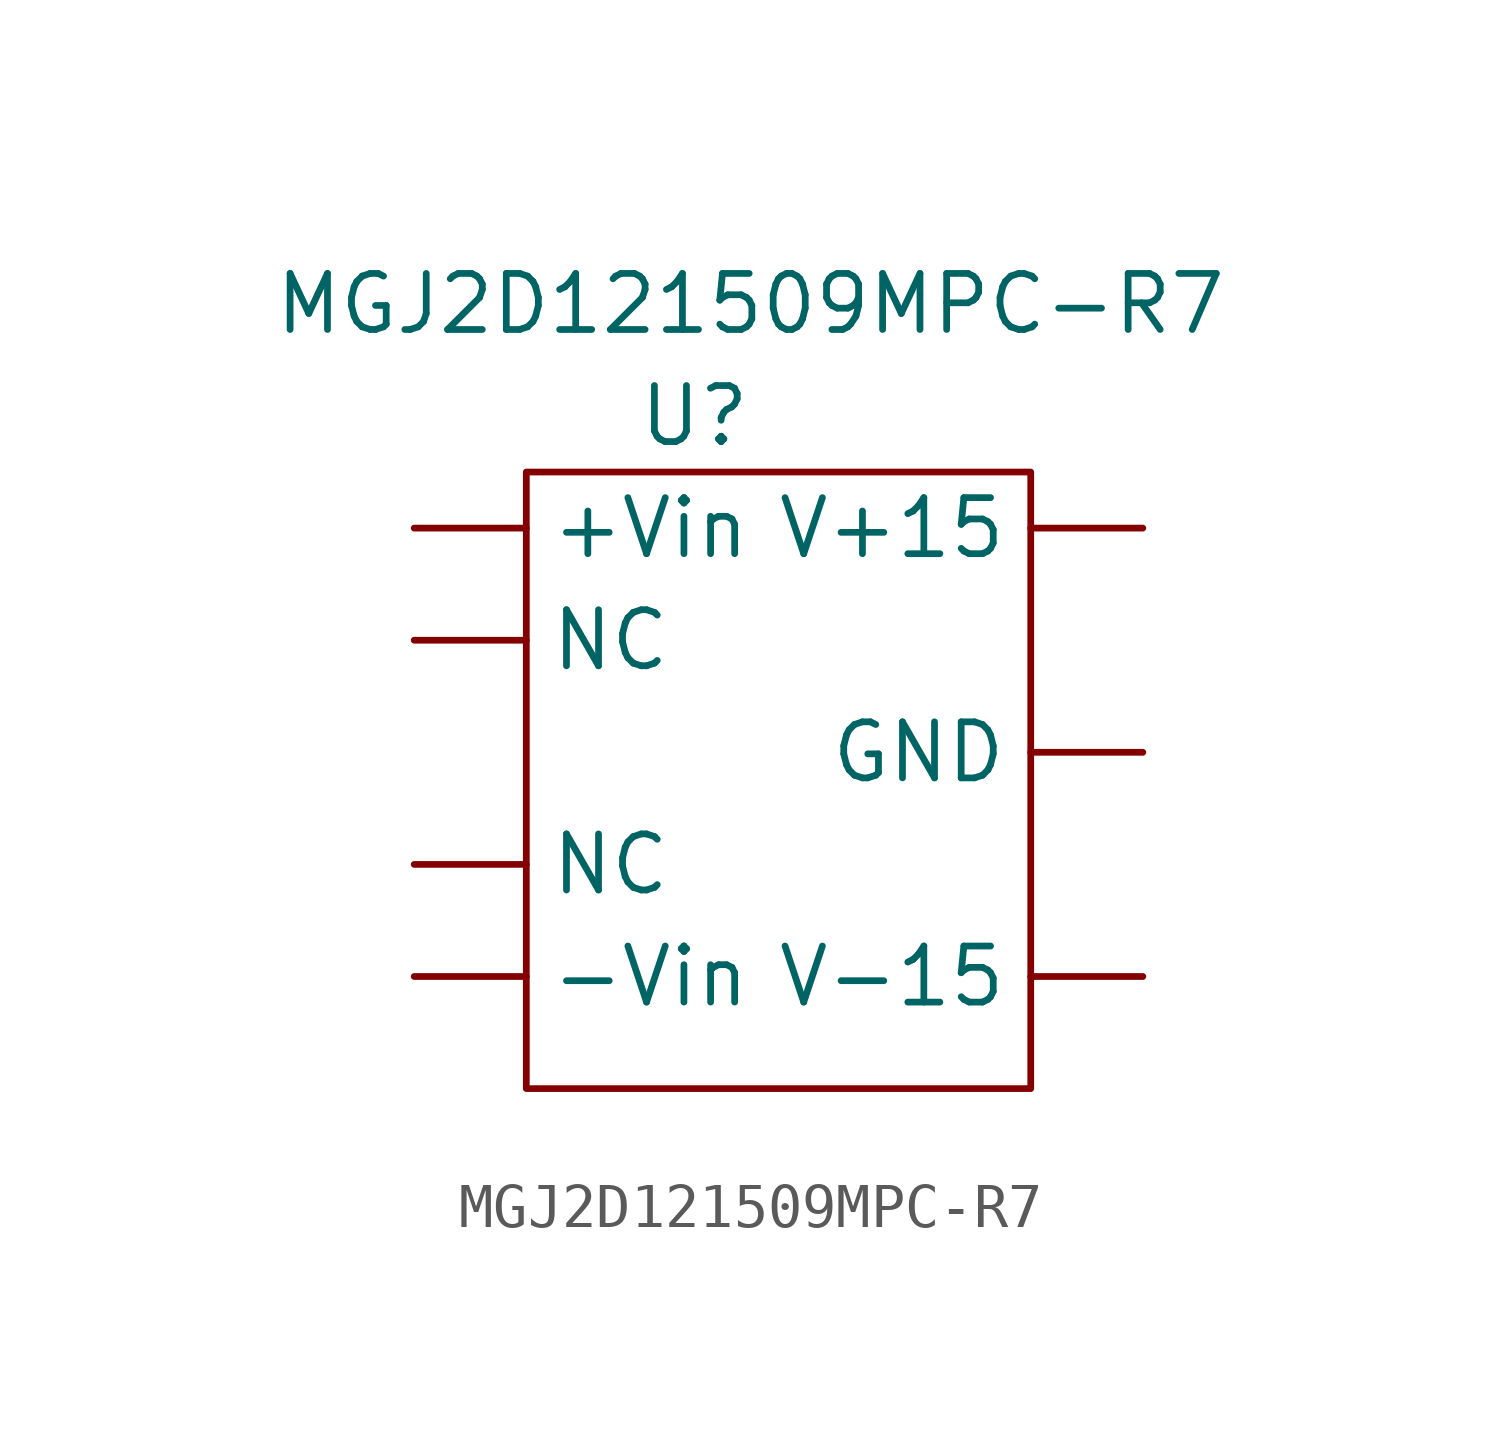
<source format=kicad_sym>
(kicad_symbol_lib
  (version 20211014)
  (generator kicad_symbol_editor)
  (symbol "MGJ2D121509MPC-R7"
    (property "Reference" "U"
      (at -2.54 7.62 0)
      (effects (font (size 1.27 1.27))))
    (property "Value" "MGJ2D121509MPC-R7"
      (at -1.27 10.16 0)
      (effects (font (size 1.27 1.27))))
    (symbol "MGJ2D121509MPC-R7_0_1"
      (rectangle (start -6.35 6.35) (end 5.08 -7.62) (stroke (width 0) (type default) (color 0 0 0 0)) (fill (type none))))
    (symbol "MGJ2D121509MPC-R7_1_1"
      (pin input line (at -8.89 5.08 0) (length 2.54) (name "+Vin" (effects (font (size 1.27 1.27)))) (number "" (effects (font (size 1.27 1.27)))))
      (pin input line (at -8.89 -5.08 0) (length 2.54) (name "-Vin" (effects (font (size 1.27 1.27)))) (number "" (effects (font (size 1.27 1.27)))))
      (pin output line (at 7.62 0 180) (length 2.54) (name "GND" (effects (font (size 1.27 1.27)))) (number "" (effects (font (size 1.27 1.27)))))
      (pin input line (at -8.89 -2.54 0) (length 2.54) (name "NC" (effects (font (size 1.27 1.27)))) (number "" (effects (font (size 1.27 1.27)))))
      (pin input line (at -8.89 2.54 0) (length 2.54) (name "NC" (effects (font (size 1.27 1.27)))) (number "" (effects (font (size 1.27 1.27)))))
      (pin output line (at 7.62 5.08 180) (length 2.54) (name "V+15" (effects (font (size 1.27 1.27)))) (number "" (effects (font (size 1.27 1.27)))))
      (pin output line (at 7.62 -5.08 180) (length 2.54) (name "V-15" (effects (font (size 1.27 1.27)))) (number "" (effects (font (size 1.27 1.27))))))))
</source>
